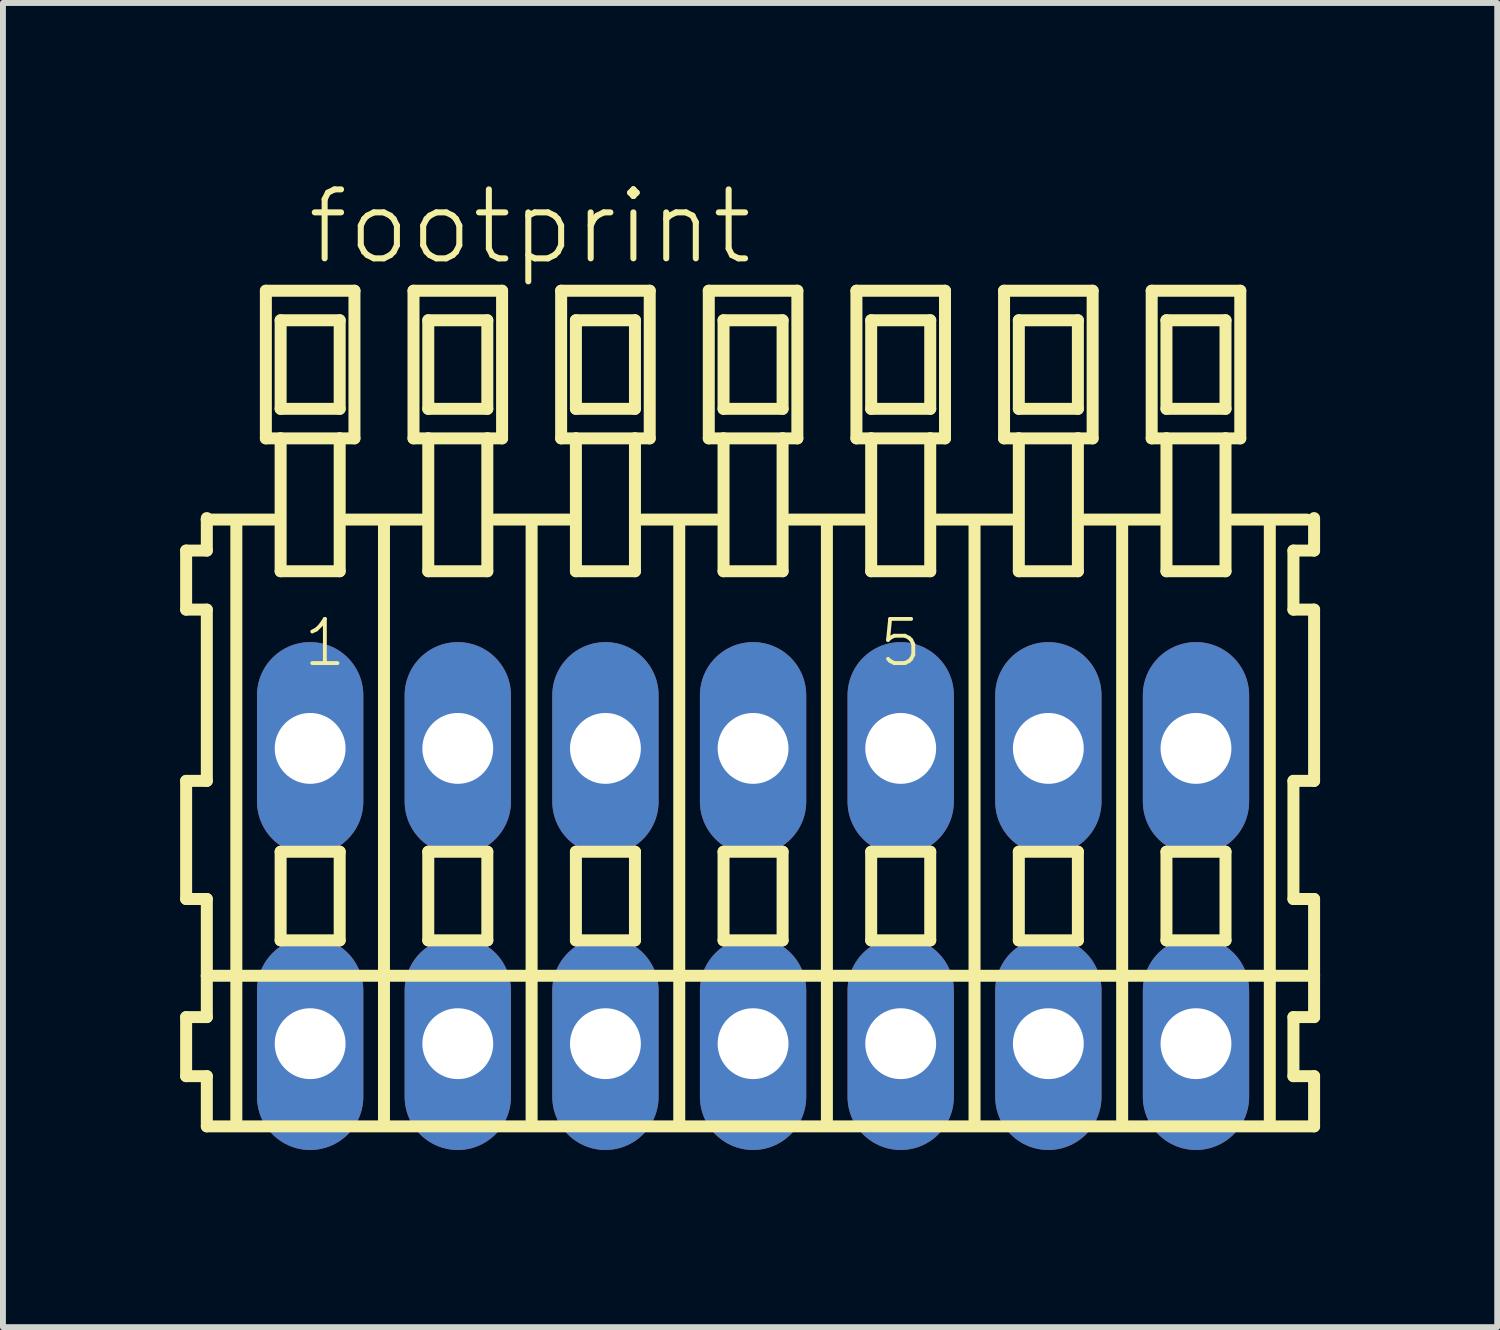
<source format=kicad_pcb>
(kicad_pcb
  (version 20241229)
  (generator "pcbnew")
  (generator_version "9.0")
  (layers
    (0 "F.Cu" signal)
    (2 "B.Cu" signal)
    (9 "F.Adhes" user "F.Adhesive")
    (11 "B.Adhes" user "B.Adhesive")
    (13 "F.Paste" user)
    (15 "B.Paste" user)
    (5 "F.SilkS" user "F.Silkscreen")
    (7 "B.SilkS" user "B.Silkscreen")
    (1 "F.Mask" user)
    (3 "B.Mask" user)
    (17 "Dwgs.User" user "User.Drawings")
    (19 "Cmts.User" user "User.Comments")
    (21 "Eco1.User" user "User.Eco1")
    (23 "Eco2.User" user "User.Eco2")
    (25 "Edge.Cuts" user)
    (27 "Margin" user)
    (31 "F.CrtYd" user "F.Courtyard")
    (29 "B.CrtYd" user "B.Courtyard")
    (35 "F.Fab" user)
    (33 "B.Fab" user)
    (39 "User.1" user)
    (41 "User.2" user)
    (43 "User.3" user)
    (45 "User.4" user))
  (footprint "footprint"
    (layer "F.Cu")
    (at 9.702 12.123)
    (property "Reference" "footprint" (at -7.6 -10.65 0) (layer "F.SilkS") (effects (font (size 1.168 1.168) (thickness 0.102)) (justify left bottom)))
    (fp_line (start -9.6 -5.85) (end -9.6 -4.85) (stroke (width 0.203) (type solid)) (layer "F.SilkS"))
    (fp_line (start -9.6 -4.85) (end -9.25 -4.85) (stroke (width 0.203) (type solid)) (layer "F.SilkS"))
    (fp_line (start -9.6 -1.95) (end -9.6 0.05) (stroke (width 0.203) (type solid)) (layer "F.SilkS"))
    (fp_line (start -9.6 0.05) (end -9.25 0.05) (stroke (width 0.203) (type solid)) (layer "F.SilkS"))
    (fp_line (start -9.6 2.05) (end -9.6 3.05) (stroke (width 0.203) (type solid)) (layer "F.SilkS"))
    (fp_line (start -9.6 3.05) (end -9.25 3.05) (stroke (width 0.203) (type solid)) (layer "F.SilkS"))
    (fp_line (start -9.25 -6.4) (end -9.25 -6.375) (stroke (width 0.203) (type solid)) (layer "F.SilkS"))
    (fp_line (start -9.25 -6.375) (end -9.25 -5.85) (stroke (width 0.203) (type solid)) (layer "F.SilkS"))
    (fp_line (start -9.25 -6.375) (end -8.125 -6.375) (stroke (width 0.203) (type solid)) (layer "F.SilkS"))
    (fp_line (start -9.25 -5.85) (end -9.6 -5.85) (stroke (width 0.203) (type solid)) (layer "F.SilkS"))
    (fp_line (start -9.25 -4.85) (end -9.25 -1.95) (stroke (width 0.203) (type solid)) (layer "F.SilkS"))
    (fp_line (start -9.25 -1.95) (end -9.6 -1.95) (stroke (width 0.203) (type solid)) (layer "F.SilkS"))
    (fp_line (start -9.25 0.05) (end -9.25 1.35) (stroke (width 0.203) (type solid)) (layer "F.SilkS"))
    (fp_line (start -9.25 1.35) (end -9.25 2.05) (stroke (width 0.203) (type solid)) (layer "F.SilkS"))
    (fp_line (start -9.25 1.35) (end 9.5 1.35) (stroke (width 0.203) (type solid)) (layer "F.SilkS"))
    (fp_line (start -9.25 2.05) (end -9.6 2.05) (stroke (width 0.203) (type solid)) (layer "F.SilkS"))
    (fp_line (start -9.25 3.05) (end -9.25 3.9) (stroke (width 0.203) (type solid)) (layer "F.SilkS"))
    (fp_line (start -9.25 3.9) (end 9.5 3.9) (stroke (width 0.203) (type solid)) (layer "F.SilkS"))
    (fp_line (start -8.75 -6.35) (end -8.75 3.8) (stroke (width 0.203) (type solid)) (layer "F.SilkS"))
    (fp_line (start -8.25 -10.25) (end -8.25 -7.75) (stroke (width 0.203) (type solid)) (layer "F.SilkS"))
    (fp_line (start -8.25 -7.75) (end -8 -7.75) (stroke (width 0.203) (type solid)) (layer "F.SilkS"))
    (fp_line (start -8 -9.75) (end -8 -8.25) (stroke (width 0.203) (type solid)) (layer "F.SilkS"))
    (fp_line (start -8 -8.25) (end -7 -8.25) (stroke (width 0.203) (type solid)) (layer "F.SilkS"))
    (fp_line (start -8 -7.75) (end -8 -5.5) (stroke (width 0.203) (type solid)) (layer "F.SilkS"))
    (fp_line (start -8 -7.75) (end -7 -7.75) (stroke (width 0.203) (type solid)) (layer "F.SilkS"))
    (fp_line (start -8 -5.5) (end -7 -5.5) (stroke (width 0.203) (type solid)) (layer "F.SilkS"))
    (fp_line (start -8 -0.75) (end -8 0.75) (stroke (width 0.203) (type solid)) (layer "F.SilkS"))
    (fp_line (start -8 0.75) (end -7 0.75) (stroke (width 0.203) (type solid)) (layer "F.SilkS"))
    (fp_line (start -7 -9.75) (end -8 -9.75) (stroke (width 0.203) (type solid)) (layer "F.SilkS"))
    (fp_line (start -7 -8.25) (end -7 -9.75) (stroke (width 0.203) (type solid)) (layer "F.SilkS"))
    (fp_line (start -7 -7.75) (end -6.75 -7.75) (stroke (width 0.203) (type solid)) (layer "F.SilkS"))
    (fp_line (start -7 -5.5) (end -7 -7.75) (stroke (width 0.203) (type solid)) (layer "F.SilkS"))
    (fp_line (start -7 -0.75) (end -8 -0.75) (stroke (width 0.203) (type solid)) (layer "F.SilkS"))
    (fp_line (start -7 0.75) (end -7 -0.75) (stroke (width 0.203) (type solid)) (layer "F.SilkS"))
    (fp_line (start -6.875 -6.375) (end -5.625 -6.375) (stroke (width 0.203) (type solid)) (layer "F.SilkS"))
    (fp_line (start -6.75 -10.25) (end -8.25 -10.25) (stroke (width 0.203) (type solid)) (layer "F.SilkS"))
    (fp_line (start -6.75 -7.75) (end -6.75 -10.25) (stroke (width 0.203) (type solid)) (layer "F.SilkS"))
    (fp_line (start -6.25 -6.35) (end -6.25 3.8) (stroke (width 0.203) (type solid)) (layer "F.SilkS"))
    (fp_line (start -5.75 -10.25) (end -5.75 -7.75) (stroke (width 0.203) (type solid)) (layer "F.SilkS"))
    (fp_line (start -5.75 -7.75) (end -5.5 -7.75) (stroke (width 0.203) (type solid)) (layer "F.SilkS"))
    (fp_line (start -5.5 -9.75) (end -5.5 -8.25) (stroke (width 0.203) (type solid)) (layer "F.SilkS"))
    (fp_line (start -5.5 -8.25) (end -4.5 -8.25) (stroke (width 0.203) (type solid)) (layer "F.SilkS"))
    (fp_line (start -5.5 -7.75) (end -5.5 -5.5) (stroke (width 0.203) (type solid)) (layer "F.SilkS"))
    (fp_line (start -5.5 -7.75) (end -4.5 -7.75) (stroke (width 0.203) (type solid)) (layer "F.SilkS"))
    (fp_line (start -5.5 -5.5) (end -4.5 -5.5) (stroke (width 0.203) (type solid)) (layer "F.SilkS"))
    (fp_line (start -5.5 -0.75) (end -5.5 0.75) (stroke (width 0.203) (type solid)) (layer "F.SilkS"))
    (fp_line (start -5.5 0.75) (end -4.5 0.75) (stroke (width 0.203) (type solid)) (layer "F.SilkS"))
    (fp_line (start -4.5 -9.75) (end -5.5 -9.75) (stroke (width 0.203) (type solid)) (layer "F.SilkS"))
    (fp_line (start -4.5 -8.25) (end -4.5 -9.75) (stroke (width 0.203) (type solid)) (layer "F.SilkS"))
    (fp_line (start -4.5 -7.75) (end -4.25 -7.75) (stroke (width 0.203) (type solid)) (layer "F.SilkS"))
    (fp_line (start -4.5 -5.5) (end -4.5 -7.75) (stroke (width 0.203) (type solid)) (layer "F.SilkS"))
    (fp_line (start -4.5 -0.75) (end -5.5 -0.75) (stroke (width 0.203) (type solid)) (layer "F.SilkS"))
    (fp_line (start -4.5 0.75) (end -4.5 -0.75) (stroke (width 0.203) (type solid)) (layer "F.SilkS"))
    (fp_line (start -4.375 -6.375) (end -3.125 -6.375) (stroke (width 0.203) (type solid)) (layer "F.SilkS"))
    (fp_line (start -4.25 -10.25) (end -5.75 -10.25) (stroke (width 0.203) (type solid)) (layer "F.SilkS"))
    (fp_line (start -4.25 -7.75) (end -4.25 -10.25) (stroke (width 0.203) (type solid)) (layer "F.SilkS"))
    (fp_line (start -3.75 -6.35) (end -3.75 3.8) (stroke (width 0.203) (type solid)) (layer "F.SilkS"))
    (fp_line (start -3.25 -10.25) (end -3.25 -7.75) (stroke (width 0.203) (type solid)) (layer "F.SilkS"))
    (fp_line (start -3.25 -7.75) (end -3 -7.75) (stroke (width 0.203) (type solid)) (layer "F.SilkS"))
    (fp_line (start -3 -9.75) (end -3 -8.25) (stroke (width 0.203) (type solid)) (layer "F.SilkS"))
    (fp_line (start -3 -8.25) (end -2 -8.25) (stroke (width 0.203) (type solid)) (layer "F.SilkS"))
    (fp_line (start -3 -7.75) (end -3 -5.5) (stroke (width 0.203) (type solid)) (layer "F.SilkS"))
    (fp_line (start -3 -7.75) (end -2 -7.75) (stroke (width 0.203) (type solid)) (layer "F.SilkS"))
    (fp_line (start -3 -5.5) (end -2 -5.5) (stroke (width 0.203) (type solid)) (layer "F.SilkS"))
    (fp_line (start -3 -0.75) (end -3 0.75) (stroke (width 0.203) (type solid)) (layer "F.SilkS"))
    (fp_line (start -3 0.75) (end -2 0.75) (stroke (width 0.203) (type solid)) (layer "F.SilkS"))
    (fp_line (start -2 -9.75) (end -3 -9.75) (stroke (width 0.203) (type solid)) (layer "F.SilkS"))
    (fp_line (start -2 -8.25) (end -2 -9.75) (stroke (width 0.203) (type solid)) (layer "F.SilkS"))
    (fp_line (start -2 -7.75) (end -1.75 -7.75) (stroke (width 0.203) (type solid)) (layer "F.SilkS"))
    (fp_line (start -2 -5.5) (end -2 -7.75) (stroke (width 0.203) (type solid)) (layer "F.SilkS"))
    (fp_line (start -2 -0.75) (end -3 -0.75) (stroke (width 0.203) (type solid)) (layer "F.SilkS"))
    (fp_line (start -2 0.75) (end -2 -0.75) (stroke (width 0.203) (type solid)) (layer "F.SilkS"))
    (fp_line (start -1.875 -6.375) (end -0.625 -6.375) (stroke (width 0.203) (type solid)) (layer "F.SilkS"))
    (fp_line (start -1.75 -10.25) (end -3.25 -10.25) (stroke (width 0.203) (type solid)) (layer "F.SilkS"))
    (fp_line (start -1.75 -7.75) (end -1.75 -10.25) (stroke (width 0.203) (type solid)) (layer "F.SilkS"))
    (fp_line (start -1.25 -6.35) (end -1.25 3.8) (stroke (width 0.203) (type solid)) (layer "F.SilkS"))
    (fp_line (start -0.75 -10.25) (end -0.75 -7.75) (stroke (width 0.203) (type solid)) (layer "F.SilkS"))
    (fp_line (start -0.75 -7.75) (end -0.5 -7.75) (stroke (width 0.203) (type solid)) (layer "F.SilkS"))
    (fp_line (start -0.5 -9.75) (end -0.5 -8.25) (stroke (width 0.203) (type solid)) (layer "F.SilkS"))
    (fp_line (start -0.5 -8.25) (end 0.5 -8.25) (stroke (width 0.203) (type solid)) (layer "F.SilkS"))
    (fp_line (start -0.5 -7.75) (end -0.5 -5.5) (stroke (width 0.203) (type solid)) (layer "F.SilkS"))
    (fp_line (start -0.5 -7.75) (end 0.5 -7.75) (stroke (width 0.203) (type solid)) (layer "F.SilkS"))
    (fp_line (start -0.5 -5.5) (end 0.5 -5.5) (stroke (width 0.203) (type solid)) (layer "F.SilkS"))
    (fp_line (start -0.5 -0.75) (end -0.5 0.75) (stroke (width 0.203) (type solid)) (layer "F.SilkS"))
    (fp_line (start -0.5 0.75) (end 0.5 0.75) (stroke (width 0.203) (type solid)) (layer "F.SilkS"))
    (fp_line (start 0.5 -9.75) (end -0.5 -9.75) (stroke (width 0.203) (type solid)) (layer "F.SilkS"))
    (fp_line (start 0.5 -8.25) (end 0.5 -9.75) (stroke (width 0.203) (type solid)) (layer "F.SilkS"))
    (fp_line (start 0.5 -7.75) (end 0.75 -7.75) (stroke (width 0.203) (type solid)) (layer "F.SilkS"))
    (fp_line (start 0.5 -5.5) (end 0.5 -7.75) (stroke (width 0.203) (type solid)) (layer "F.SilkS"))
    (fp_line (start 0.5 -0.75) (end -0.5 -0.75) (stroke (width 0.203) (type solid)) (layer "F.SilkS"))
    (fp_line (start 0.5 0.75) (end 0.5 -0.75) (stroke (width 0.203) (type solid)) (layer "F.SilkS"))
    (fp_line (start 0.625 -6.375) (end 1.875 -6.375) (stroke (width 0.203) (type solid)) (layer "F.SilkS"))
    (fp_line (start 0.75 -10.25) (end -0.75 -10.25) (stroke (width 0.203) (type solid)) (layer "F.SilkS"))
    (fp_line (start 0.75 -7.75) (end 0.75 -10.25) (stroke (width 0.203) (type solid)) (layer "F.SilkS"))
    (fp_line (start 1.25 -6.35) (end 1.25 3.8) (stroke (width 0.203) (type solid)) (layer "F.SilkS"))
    (fp_line (start 1.75 -10.25) (end 1.75 -7.75) (stroke (width 0.203) (type solid)) (layer "F.SilkS"))
    (fp_line (start 1.75 -7.75) (end 2 -7.75) (stroke (width 0.203) (type solid)) (layer "F.SilkS"))
    (fp_line (start 2 -9.75) (end 2 -8.25) (stroke (width 0.203) (type solid)) (layer "F.SilkS"))
    (fp_line (start 2 -8.25) (end 3 -8.25) (stroke (width 0.203) (type solid)) (layer "F.SilkS"))
    (fp_line (start 2 -7.75) (end 2 -5.5) (stroke (width 0.203) (type solid)) (layer "F.SilkS"))
    (fp_line (start 2 -7.75) (end 3 -7.75) (stroke (width 0.203) (type solid)) (layer "F.SilkS"))
    (fp_line (start 2 -5.5) (end 3 -5.5) (stroke (width 0.203) (type solid)) (layer "F.SilkS"))
    (fp_line (start 2 -0.75) (end 2 0.75) (stroke (width 0.203) (type solid)) (layer "F.SilkS"))
    (fp_line (start 2 0.75) (end 3 0.75) (stroke (width 0.203) (type solid)) (layer "F.SilkS"))
    (fp_line (start 3 -9.75) (end 2 -9.75) (stroke (width 0.203) (type solid)) (layer "F.SilkS"))
    (fp_line (start 3 -8.25) (end 3 -9.75) (stroke (width 0.203) (type solid)) (layer "F.SilkS"))
    (fp_line (start 3 -7.75) (end 3.25 -7.75) (stroke (width 0.203) (type solid)) (layer "F.SilkS"))
    (fp_line (start 3 -5.5) (end 3 -7.75) (stroke (width 0.203) (type solid)) (layer "F.SilkS"))
    (fp_line (start 3 -0.75) (end 2 -0.75) (stroke (width 0.203) (type solid)) (layer "F.SilkS"))
    (fp_line (start 3 0.75) (end 3 -0.75) (stroke (width 0.203) (type solid)) (layer "F.SilkS"))
    (fp_line (start 3.125 -6.375) (end 4.375 -6.375) (stroke (width 0.203) (type solid)) (layer "F.SilkS"))
    (fp_line (start 3.25 -10.25) (end 1.75 -10.25) (stroke (width 0.203) (type solid)) (layer "F.SilkS"))
    (fp_line (start 3.25 -7.75) (end 3.25 -10.25) (stroke (width 0.203) (type solid)) (layer "F.SilkS"))
    (fp_line (start 3.75 -6.35) (end 3.75 3.8) (stroke (width 0.203) (type solid)) (layer "F.SilkS"))
    (fp_line (start 4.25 -10.25) (end 4.25 -7.75) (stroke (width 0.203) (type solid)) (layer "F.SilkS"))
    (fp_line (start 4.25 -7.75) (end 4.5 -7.75) (stroke (width 0.203) (type solid)) (layer "F.SilkS"))
    (fp_line (start 4.5 -9.75) (end 4.5 -8.25) (stroke (width 0.203) (type solid)) (layer "F.SilkS"))
    (fp_line (start 4.5 -8.25) (end 5.5 -8.25) (stroke (width 0.203) (type solid)) (layer "F.SilkS"))
    (fp_line (start 4.5 -7.75) (end 4.5 -5.5) (stroke (width 0.203) (type solid)) (layer "F.SilkS"))
    (fp_line (start 4.5 -7.75) (end 5.5 -7.75) (stroke (width 0.203) (type solid)) (layer "F.SilkS"))
    (fp_line (start 4.5 -5.5) (end 5.5 -5.5) (stroke (width 0.203) (type solid)) (layer "F.SilkS"))
    (fp_line (start 4.5 -0.75) (end 4.5 0.75) (stroke (width 0.203) (type solid)) (layer "F.SilkS"))
    (fp_line (start 4.5 0.75) (end 5.5 0.75) (stroke (width 0.203) (type solid)) (layer "F.SilkS"))
    (fp_line (start 5.5 -9.75) (end 4.5 -9.75) (stroke (width 0.203) (type solid)) (layer "F.SilkS"))
    (fp_line (start 5.5 -8.25) (end 5.5 -9.75) (stroke (width 0.203) (type solid)) (layer "F.SilkS"))
    (fp_line (start 5.5 -7.75) (end 5.75 -7.75) (stroke (width 0.203) (type solid)) (layer "F.SilkS"))
    (fp_line (start 5.5 -5.5) (end 5.5 -7.75) (stroke (width 0.203) (type solid)) (layer "F.SilkS"))
    (fp_line (start 5.5 -0.75) (end 4.5 -0.75) (stroke (width 0.203) (type solid)) (layer "F.SilkS"))
    (fp_line (start 5.5 0.75) (end 5.5 -0.75) (stroke (width 0.203) (type solid)) (layer "F.SilkS"))
    (fp_line (start 5.625 -6.375) (end 6.875 -6.375) (stroke (width 0.203) (type solid)) (layer "F.SilkS"))
    (fp_line (start 5.75 -10.25) (end 4.25 -10.25) (stroke (width 0.203) (type solid)) (layer "F.SilkS"))
    (fp_line (start 5.75 -7.75) (end 5.75 -10.25) (stroke (width 0.203) (type solid)) (layer "F.SilkS"))
    (fp_line (start 6.25 -6.35) (end 6.25 3.8) (stroke (width 0.203) (type solid)) (layer "F.SilkS"))
    (fp_line (start 6.75 -10.25) (end 6.75 -7.75) (stroke (width 0.203) (type solid)) (layer "F.SilkS"))
    (fp_line (start 6.75 -7.75) (end 7 -7.75) (stroke (width 0.203) (type solid)) (layer "F.SilkS"))
    (fp_line (start 7 -9.75) (end 7 -8.25) (stroke (width 0.203) (type solid)) (layer "F.SilkS"))
    (fp_line (start 7 -8.25) (end 8 -8.25) (stroke (width 0.203) (type solid)) (layer "F.SilkS"))
    (fp_line (start 7 -7.75) (end 7 -5.5) (stroke (width 0.203) (type solid)) (layer "F.SilkS"))
    (fp_line (start 7 -7.75) (end 8 -7.75) (stroke (width 0.203) (type solid)) (layer "F.SilkS"))
    (fp_line (start 7 -5.5) (end 8 -5.5) (stroke (width 0.203) (type solid)) (layer "F.SilkS"))
    (fp_line (start 7 -0.75) (end 7 0.75) (stroke (width 0.203) (type solid)) (layer "F.SilkS"))
    (fp_line (start 7 0.75) (end 8 0.75) (stroke (width 0.203) (type solid)) (layer "F.SilkS"))
    (fp_line (start 8 -9.75) (end 7 -9.75) (stroke (width 0.203) (type solid)) (layer "F.SilkS"))
    (fp_line (start 8 -8.25) (end 8 -9.75) (stroke (width 0.203) (type solid)) (layer "F.SilkS"))
    (fp_line (start 8 -7.75) (end 8.25 -7.75) (stroke (width 0.203) (type solid)) (layer "F.SilkS"))
    (fp_line (start 8 -5.5) (end 8 -7.75) (stroke (width 0.203) (type solid)) (layer "F.SilkS"))
    (fp_line (start 8 -0.75) (end 7 -0.75) (stroke (width 0.203) (type solid)) (layer "F.SilkS"))
    (fp_line (start 8 0.75) (end 8 -0.75) (stroke (width 0.203) (type solid)) (layer "F.SilkS"))
    (fp_line (start 8.125 -6.375) (end 9.375 -6.375) (stroke (width 0.203) (type solid)) (layer "F.SilkS"))
    (fp_line (start 8.25 -10.25) (end 6.75 -10.25) (stroke (width 0.203) (type solid)) (layer "F.SilkS"))
    (fp_line (start 8.25 -7.75) (end 8.25 -10.25) (stroke (width 0.203) (type solid)) (layer "F.SilkS"))
    (fp_line (start 8.75 -6.35) (end 8.75 3.8) (stroke (width 0.203) (type solid)) (layer "F.SilkS"))
    (fp_line (start 9.15 -5.85) (end 9.15 -4.85) (stroke (width 0.203) (type solid)) (layer "F.SilkS"))
    (fp_line (start 9.15 -4.85) (end 9.5 -4.85) (stroke (width 0.203) (type solid)) (layer "F.SilkS"))
    (fp_line (start 9.15 -1.95) (end 9.15 0.05) (stroke (width 0.203) (type solid)) (layer "F.SilkS"))
    (fp_line (start 9.15 0.05) (end 9.5 0.05) (stroke (width 0.203) (type solid)) (layer "F.SilkS"))
    (fp_line (start 9.15 2.05) (end 9.15 3.05) (stroke (width 0.203) (type solid)) (layer "F.SilkS"))
    (fp_line (start 9.15 3.05) (end 9.5 3.05) (stroke (width 0.203) (type solid)) (layer "F.SilkS"))
    (fp_line (start 9.5 -5.85) (end 9.15 -5.85) (stroke (width 0.203) (type solid)) (layer "F.SilkS"))
    (fp_line (start 9.5 -5.85) (end 9.5 -6.4) (stroke (width 0.203) (type solid)) (layer "F.SilkS"))
    (fp_line (start 9.5 -1.95) (end 9.15 -1.95) (stroke (width 0.203) (type solid)) (layer "F.SilkS"))
    (fp_line (start 9.5 -1.95) (end 9.5 -4.85) (stroke (width 0.203) (type solid)) (layer "F.SilkS"))
    (fp_line (start 9.5 1.35) (end 9.5 0.05) (stroke (width 0.203) (type solid)) (layer "F.SilkS"))
    (fp_line (start 9.5 2.05) (end 9.15 2.05) (stroke (width 0.203) (type solid)) (layer "F.SilkS"))
    (fp_line (start 9.5 2.05) (end 9.5 1.35) (stroke (width 0.203) (type solid)) (layer "F.SilkS"))
    (fp_line (start 9.5 3.9) (end 9.5 3.05) (stroke (width 0.203) (type solid)) (layer "F.SilkS"))
    (fp_text user "1" (at -7.65 -3.85 0) (layer "F.SilkS") (effects (font (size 0.748 0.748) (thickness 0.065)) (justify left bottom)))
    (fp_text user "5" (at 2.1 -3.85 0) (layer "F.SilkS") (effects (font (size 0.748 0.748) (thickness 0.065)) (justify left bottom)))
    (pad "A1" thru_hole oval (at -7.5 -2.5 90) (size 3.6 1.8) (drill 1.2) (layers "*.Cu" "*.Mask"))
    (pad "A2" thru_hole oval (at -5 -2.5 90) (size 3.6 1.8) (drill 1.2) (layers "*.Cu" "*.Mask"))
    (pad "A3" thru_hole oval (at -2.5 -2.5 90) (size 3.6 1.8) (drill 1.2) (layers "*.Cu" "*.Mask"))
    (pad "A4" thru_hole oval (at 0 -2.5 90) (size 3.6 1.8) (drill 1.2) (layers "*.Cu" "*.Mask"))
    (pad "A5" thru_hole oval (at 2.5 -2.5 90) (size 3.6 1.8) (drill 1.2) (layers "*.Cu" "*.Mask"))
    (pad "A6" thru_hole oval (at 5 -2.5 90) (size 3.6 1.8) (drill 1.2) (layers "*.Cu" "*.Mask"))
    (pad "A7" thru_hole oval (at 7.5 -2.5 90) (size 3.6 1.8) (drill 1.2) (layers "*.Cu" "*.Mask"))
    (pad "B1" thru_hole oval (at -7.5 2.5 90) (size 3.6 1.8) (drill 1.2) (layers "*.Cu" "*.Mask"))
    (pad "B2" thru_hole oval (at -5 2.5 90) (size 3.6 1.8) (drill 1.2) (layers "*.Cu" "*.Mask"))
    (pad "B3" thru_hole oval (at -2.5 2.5 90) (size 3.6 1.8) (drill 1.2) (layers "*.Cu" "*.Mask"))
    (pad "B4" thru_hole oval (at 0 2.5 90) (size 3.6 1.8) (drill 1.2) (layers "*.Cu" "*.Mask"))
    (pad "B5" thru_hole oval (at 2.5 2.5 90) (size 3.6 1.8) (drill 1.2) (layers "*.Cu" "*.Mask"))
    (pad "B6" thru_hole oval (at 5 2.5 90) (size 3.6 1.8) (drill 1.2) (layers "*.Cu" "*.Mask"))
    (pad "B7" thru_hole oval (at 7.5 2.5 90) (size 3.6 1.8) (drill 1.2) (layers "*.Cu" "*.Mask")))
  (gr_rect
    (start -3 -3)
    (end 22.303 19.423)
    (stroke (width 0.1) (type default))
    (fill no)
    (layer "Edge.Cuts")))
</source>
